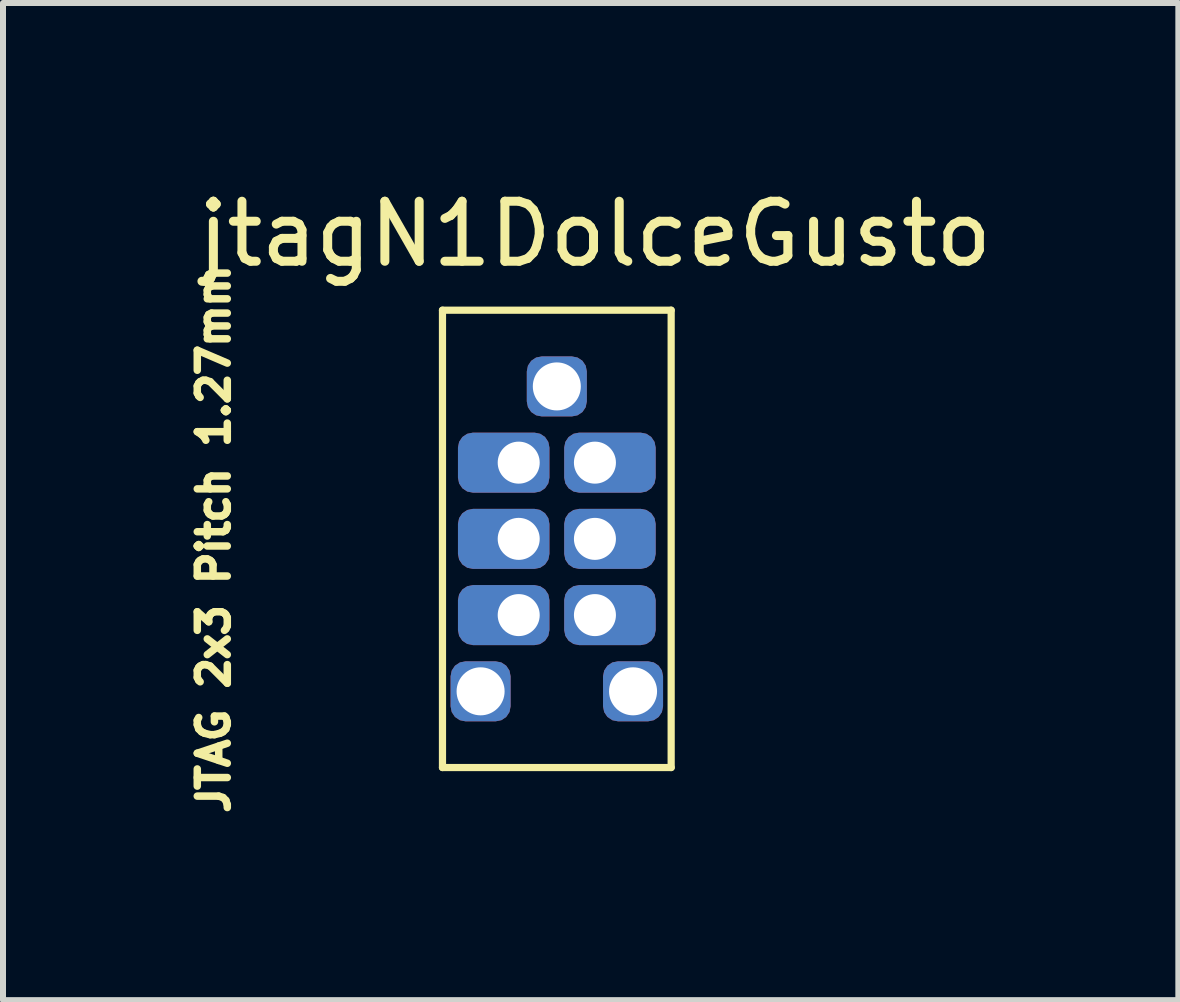
<source format=kicad_pcb>
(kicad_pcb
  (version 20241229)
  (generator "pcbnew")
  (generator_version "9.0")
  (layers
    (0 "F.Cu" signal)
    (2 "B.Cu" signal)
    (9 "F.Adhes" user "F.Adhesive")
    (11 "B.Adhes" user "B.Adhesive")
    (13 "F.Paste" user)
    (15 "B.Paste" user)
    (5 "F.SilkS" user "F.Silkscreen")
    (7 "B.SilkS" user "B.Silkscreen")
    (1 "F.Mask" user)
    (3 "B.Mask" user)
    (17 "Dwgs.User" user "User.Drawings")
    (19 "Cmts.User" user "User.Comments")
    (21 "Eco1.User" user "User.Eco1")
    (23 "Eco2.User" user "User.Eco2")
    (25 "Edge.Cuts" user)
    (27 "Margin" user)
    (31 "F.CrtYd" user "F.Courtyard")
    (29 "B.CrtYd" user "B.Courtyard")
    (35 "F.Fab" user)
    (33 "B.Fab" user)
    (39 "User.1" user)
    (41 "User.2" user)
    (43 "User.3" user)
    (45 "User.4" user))
  (footprint "jtagN1DolceGusto"
    (layer "F.Cu")
    (at 6.862 8.468)
    (property "Reference" "jtagN1DolceGusto" (at 0 -7.62 0) (layer "F.SilkS") (effects (font (size 1 1) (thickness 0.15))))
    (attr through_hole)
    (fp_line (start -2.54 -6.35) (end 1.27 -6.35) (stroke (width 0.12) (type solid)) (layer "F.SilkS"))
    (fp_line (start -2.54 1.27) (end -2.54 -6.35) (stroke (width 0.12) (type solid)) (layer "F.SilkS"))
    (fp_line (start 1.27 -6.35) (end 1.27 1.27) (stroke (width 0.12) (type solid)) (layer "F.SilkS"))
    (fp_line (start 1.27 1.27) (end -2.54 1.27) (stroke (width 0.12) (type solid)) (layer "F.SilkS"))
    (fp_text user "JTAG 2x3 Pitch 1.27mm" (at -6.35 -2.54 90) (layer "F.SilkS") (effects (font (size 0.5 0.5) (thickness 0.125))))
    (pad "1" thru_hole roundrect (at -1.27 -3.81) (size 1.524 1) (drill 0.7 (offset -0.25 0)) (layers "*.Cu" "*.Mask") (roundrect_rratio 0.25))
    (pad "2" thru_hole roundrect (at -1.27 -2.54) (size 1.524 1) (drill 0.7 (offset -0.25 0)) (layers "*.Cu" "*.Mask") (roundrect_rratio 0.25))
    (pad "3" thru_hole roundrect (at -1.27 -1.27) (size 1.524 1) (drill 0.7 (offset -0.25 0)) (layers "*.Cu" "*.Mask") (roundrect_rratio 0.25))
    (pad "4" thru_hole roundrect (at 0 -1.27 180) (size 1.524 1) (drill 0.7 (offset -0.25 0)) (layers "*.Cu" "*.Mask") (roundrect_rratio 0.25))
    (pad "5" thru_hole roundrect (at 0 -2.54 180) (size 1.524 1) (drill 0.7 (offset -0.25 0)) (layers "*.Cu" "*.Mask") (roundrect_rratio 0.25))
    (pad "6" thru_hole roundrect (at 0 -3.81 180) (size 1.524 1) (drill 0.7 (offset -0.25 0)) (layers "*.Cu" "*.Mask") (roundrect_rratio 0.25))
    (pad "7" thru_hole roundrect (at -1.905 0 270) (size 1 1) (drill 0.8) (layers "*.Cu" "*.Mask") (roundrect_rratio 0.25))
    (pad "7" thru_hole roundrect (at -0.635 -5.08 270) (size 1 1) (drill 0.8) (layers "*.Cu" "*.Mask") (roundrect_rratio 0.25))
    (pad "7" thru_hole roundrect (at 0.635 0 270) (size 1 1) (drill 0.8) (layers "*.Cu" "*.Mask") (roundrect_rratio 0.25)))
  (gr_rect
    (start -3 -3)
    (end 16.582 13.613)
    (stroke (width 0.1) (type default))
    (fill no)
    (layer "Edge.Cuts")))
</source>
